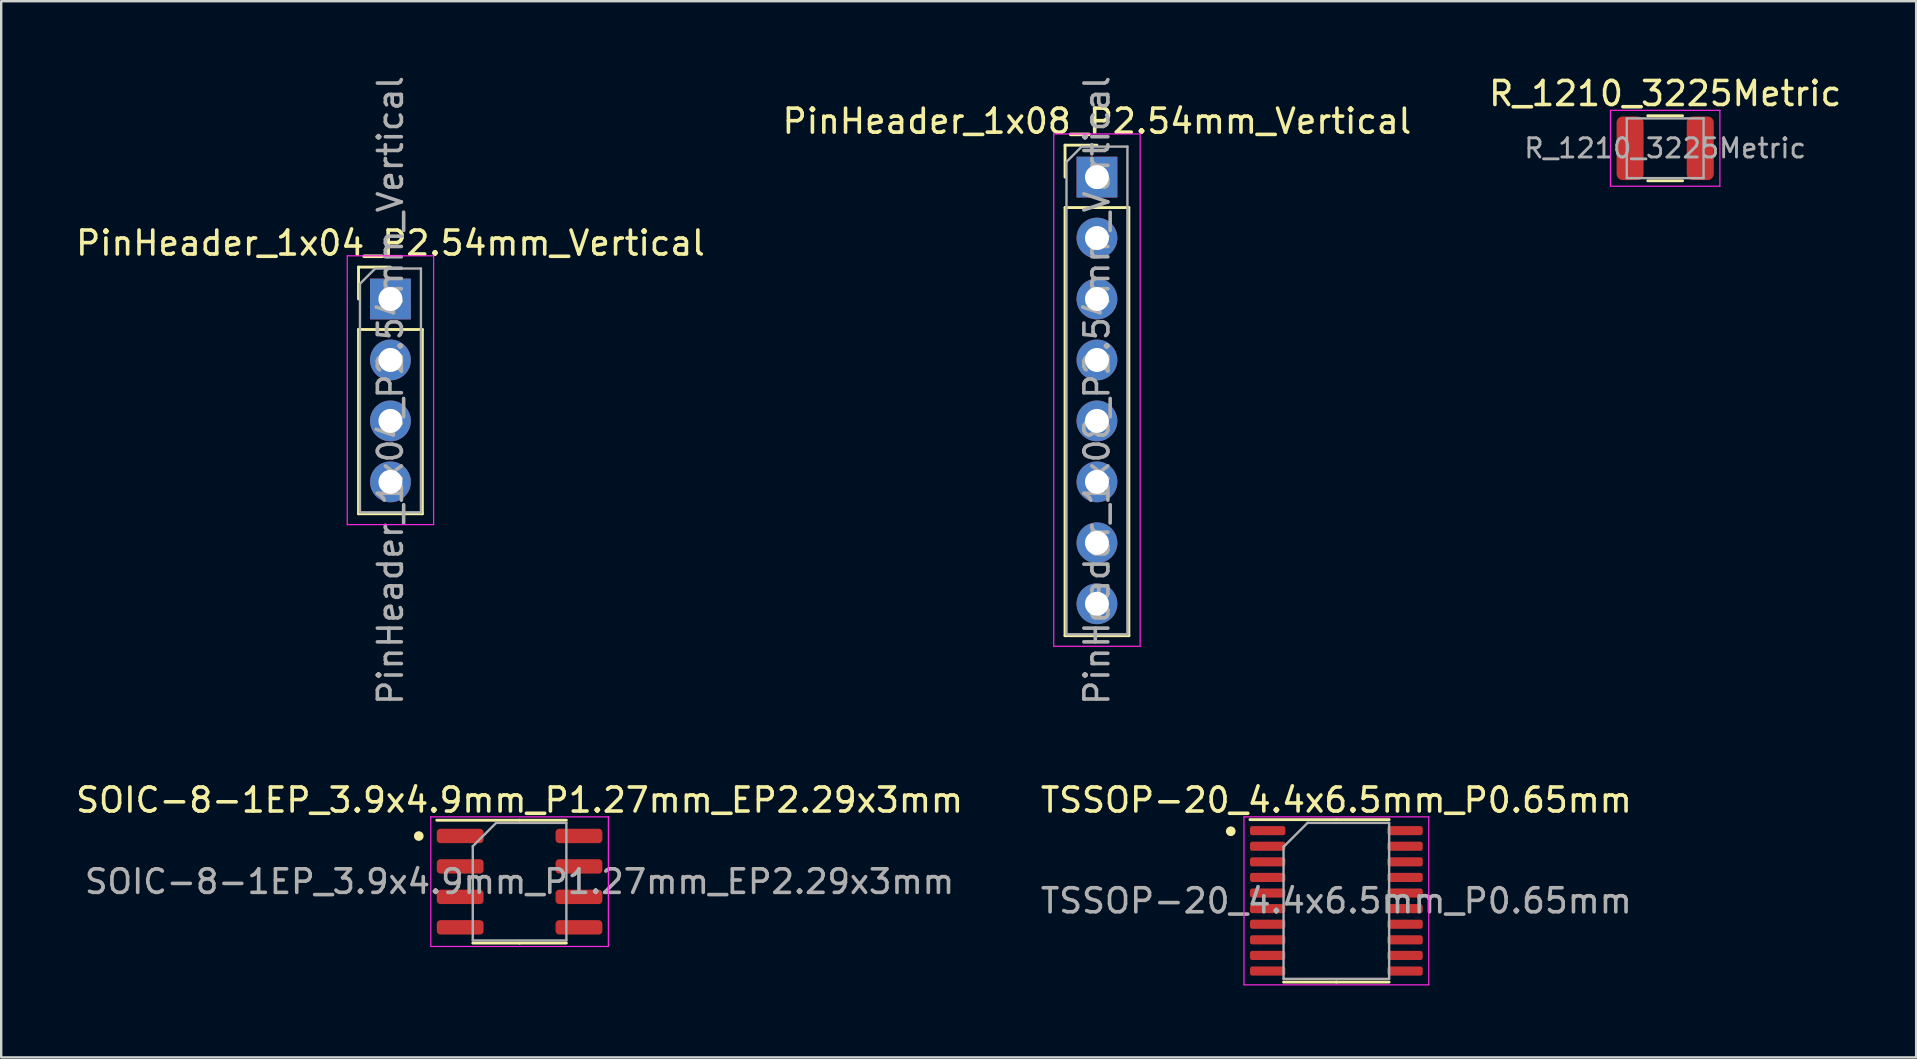
<source format=kicad_pcb>
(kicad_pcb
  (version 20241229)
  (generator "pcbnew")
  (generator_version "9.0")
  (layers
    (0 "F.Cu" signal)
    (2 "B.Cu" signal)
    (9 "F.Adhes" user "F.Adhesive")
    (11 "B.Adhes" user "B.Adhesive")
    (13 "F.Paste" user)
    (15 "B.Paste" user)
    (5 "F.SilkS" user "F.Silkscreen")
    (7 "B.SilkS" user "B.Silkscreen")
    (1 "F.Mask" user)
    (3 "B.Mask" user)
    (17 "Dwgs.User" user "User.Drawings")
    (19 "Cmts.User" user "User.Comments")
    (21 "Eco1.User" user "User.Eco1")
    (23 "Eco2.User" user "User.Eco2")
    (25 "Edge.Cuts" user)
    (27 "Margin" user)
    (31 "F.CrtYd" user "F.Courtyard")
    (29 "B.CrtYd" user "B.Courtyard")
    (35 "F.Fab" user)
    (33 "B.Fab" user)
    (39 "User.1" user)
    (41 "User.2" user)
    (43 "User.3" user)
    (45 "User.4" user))
  (footprint "R_1210_3225Metric"
    (layer "F.Cu")
    (at 66.339 3.128)
    (property "Reference" "R_1210_3225Metric" (at 0 -2.28 0) (layer "F.SilkS") (effects (font (size 1 1) (thickness 0.15))))
    (attr smd)
    (fp_line (start -0.724 -1.355) (end 0.724 -1.355) (stroke (width 0.12) (type solid)) (layer "F.SilkS"))
    (fp_line (start -0.724 1.355) (end 0.724 1.355) (stroke (width 0.12) (type solid)) (layer "F.SilkS"))
    (fp_line (start -2.28 -1.58) (end 2.28 -1.58) (stroke (width 0.05) (type solid)) (layer "F.CrtYd"))
    (fp_line (start -2.28 1.58) (end -2.28 -1.58) (stroke (width 0.05) (type solid)) (layer "F.CrtYd"))
    (fp_line (start 2.28 -1.58) (end 2.28 1.58) (stroke (width 0.05) (type solid)) (layer "F.CrtYd"))
    (fp_line (start 2.28 1.58) (end -2.28 1.58) (stroke (width 0.05) (type solid)) (layer "F.CrtYd"))
    (fp_line (start -1.6 -1.245) (end 1.6 -1.245) (stroke (width 0.1) (type solid)) (layer "F.Fab"))
    (fp_line (start -1.6 1.245) (end -1.6 -1.245) (stroke (width 0.1) (type solid)) (layer "F.Fab"))
    (fp_line (start 1.6 -1.245) (end 1.6 1.245) (stroke (width 0.1) (type solid)) (layer "F.Fab"))
    (fp_line (start 1.6 1.245) (end -1.6 1.245) (stroke (width 0.1) (type solid)) (layer "F.Fab"))
    (fp_text user "${REFERENCE}" (at 0 0 0) (layer "F.Fab") (effects (font (size 0.8 0.8) (thickness 0.12))))
    (pad "1" smd roundrect (at -1.462 0) (size 1.125 2.65) (layers "F.Cu" "F.Mask" "F.Paste") (roundrect_rratio 0.222))
    (pad "2" smd roundrect (at 1.462 0) (size 1.125 2.65) (layers "F.Cu" "F.Mask" "F.Paste") (roundrect_rratio 0.222)))
  (footprint "PinHeader_1x08_P2.54mm_Vertical"
    (layer "F.Cu")
    (at 42.661 4.33)
    (property "Reference" "PinHeader_1x08_P2.54mm_Vertical" (at 0 -2.33 0) (layer "F.SilkS") (effects (font (size 1 1) (thickness 0.15))))
    (attr through_hole)
    (fp_line (start -1.33 -1.33) (end 0 -1.33) (stroke (width 0.12) (type solid)) (layer "F.SilkS"))
    (fp_line (start -1.33 0) (end -1.33 -1.33) (stroke (width 0.12) (type solid)) (layer "F.SilkS"))
    (fp_line (start -1.33 1.27) (end -1.33 19.11) (stroke (width 0.12) (type solid)) (layer "F.SilkS"))
    (fp_line (start -1.33 1.27) (end 1.33 1.27) (stroke (width 0.12) (type solid)) (layer "F.SilkS"))
    (fp_line (start -1.33 19.11) (end 1.33 19.11) (stroke (width 0.12) (type solid)) (layer "F.SilkS"))
    (fp_line (start 1.33 1.27) (end 1.33 19.11) (stroke (width 0.12) (type solid)) (layer "F.SilkS"))
    (fp_line (start -1.8 -1.8) (end -1.8 19.55) (stroke (width 0.05) (type solid)) (layer "F.CrtYd"))
    (fp_line (start -1.8 19.55) (end 1.8 19.55) (stroke (width 0.05) (type solid)) (layer "F.CrtYd"))
    (fp_line (start 1.8 -1.8) (end -1.8 -1.8) (stroke (width 0.05) (type solid)) (layer "F.CrtYd"))
    (fp_line (start 1.8 19.55) (end 1.8 -1.8) (stroke (width 0.05) (type solid)) (layer "F.CrtYd"))
    (fp_line (start -1.27 -0.635) (end -0.635 -1.27) (stroke (width 0.1) (type solid)) (layer "F.Fab"))
    (fp_line (start -1.27 19.05) (end -1.27 -0.635) (stroke (width 0.1) (type solid)) (layer "F.Fab"))
    (fp_line (start -0.635 -1.27) (end 1.27 -1.27) (stroke (width 0.1) (type solid)) (layer "F.Fab"))
    (fp_line (start 1.27 -1.27) (end 1.27 19.05) (stroke (width 0.1) (type solid)) (layer "F.Fab"))
    (fp_line (start 1.27 19.05) (end -1.27 19.05) (stroke (width 0.1) (type solid)) (layer "F.Fab"))
    (fp_text user "${REFERENCE}" (at 0 8.89 90) (layer "F.Fab") (effects (font (size 1 1) (thickness 0.15))))
    (pad "1" thru_hole rect (at 0 0) (size 1.7 1.7) (drill 1) (layers "*.Cu" "*.Mask"))
    (pad "2" thru_hole oval (at 0 2.54) (size 1.7 1.7) (drill 1) (layers "*.Cu" "*.Mask"))
    (pad "3" thru_hole oval (at 0 5.08) (size 1.7 1.7) (drill 1) (layers "*.Cu" "*.Mask"))
    (pad "4" thru_hole oval (at 0 7.62) (size 1.7 1.7) (drill 1) (layers "*.Cu" "*.Mask"))
    (pad "5" thru_hole oval (at 0 10.16) (size 1.7 1.7) (drill 1) (layers "*.Cu" "*.Mask"))
    (pad "6" thru_hole oval (at 0 12.7) (size 1.7 1.7) (drill 1) (layers "*.Cu" "*.Mask"))
    (pad "7" thru_hole oval (at 0 15.24) (size 1.7 1.7) (drill 1) (layers "*.Cu" "*.Mask"))
    (pad "8" thru_hole oval (at 0 17.78) (size 1.7 1.7) (drill 1) (layers "*.Cu" "*.Mask")))
  (footprint "PinHeader_1x04_P2.54mm_Vertical"
    (layer "F.Cu")
    (at 13.22 9.41)
    (property "Reference" "PinHeader_1x04_P2.54mm_Vertical" (at 0 -2.33 0) (layer "F.SilkS") (effects (font (size 1 1) (thickness 0.15))))
    (attr through_hole)
    (fp_line (start -1.33 -1.33) (end 0 -1.33) (stroke (width 0.12) (type solid)) (layer "F.SilkS"))
    (fp_line (start -1.33 0) (end -1.33 -1.33) (stroke (width 0.12) (type solid)) (layer "F.SilkS"))
    (fp_line (start -1.33 1.27) (end -1.33 8.95) (stroke (width 0.12) (type solid)) (layer "F.SilkS"))
    (fp_line (start -1.33 1.27) (end 1.33 1.27) (stroke (width 0.12) (type solid)) (layer "F.SilkS"))
    (fp_line (start -1.33 8.95) (end 1.33 8.95) (stroke (width 0.12) (type solid)) (layer "F.SilkS"))
    (fp_line (start 1.33 1.27) (end 1.33 8.95) (stroke (width 0.12) (type solid)) (layer "F.SilkS"))
    (fp_line (start -1.8 -1.8) (end -1.8 9.4) (stroke (width 0.05) (type solid)) (layer "F.CrtYd"))
    (fp_line (start -1.8 9.4) (end 1.8 9.4) (stroke (width 0.05) (type solid)) (layer "F.CrtYd"))
    (fp_line (start 1.8 -1.8) (end -1.8 -1.8) (stroke (width 0.05) (type solid)) (layer "F.CrtYd"))
    (fp_line (start 1.8 9.4) (end 1.8 -1.8) (stroke (width 0.05) (type solid)) (layer "F.CrtYd"))
    (fp_line (start -1.27 -0.635) (end -0.635 -1.27) (stroke (width 0.1) (type solid)) (layer "F.Fab"))
    (fp_line (start -1.27 8.89) (end -1.27 -0.635) (stroke (width 0.1) (type solid)) (layer "F.Fab"))
    (fp_line (start -0.635 -1.27) (end 1.27 -1.27) (stroke (width 0.1) (type solid)) (layer "F.Fab"))
    (fp_line (start 1.27 -1.27) (end 1.27 8.89) (stroke (width 0.1) (type solid)) (layer "F.Fab"))
    (fp_line (start 1.27 8.89) (end -1.27 8.89) (stroke (width 0.1) (type solid)) (layer "F.Fab"))
    (fp_text user "${REFERENCE}" (at 0 3.81 90) (layer "F.Fab") (effects (font (size 1 1) (thickness 0.15))))
    (pad "1" thru_hole rect (at 0 0) (size 1.7 1.7) (drill 1) (layers "*.Cu" "*.Mask"))
    (pad "2" thru_hole oval (at 0 2.54) (size 1.7 1.7) (drill 1) (layers "*.Cu" "*.Mask"))
    (pad "3" thru_hole oval (at 0 5.08) (size 1.7 1.7) (drill 1) (layers "*.Cu" "*.Mask"))
    (pad "4" thru_hole oval (at 0 7.62) (size 1.7 1.7) (drill 1) (layers "*.Cu" "*.Mask")))
  (footprint "TSSOP-20_4.4x6.5mm_P0.65mm"
    (layer "F.Cu")
    (at 52.637 34.489)
    (property "Reference" "TSSOP-20_4.4x6.5mm_P0.65mm" (at 0 -4.2 0) (layer "F.SilkS") (effects (font (size 1 1) (thickness 0.15))))
    (attr smd)
    (fp_line (start 0 -3.385) (end -3.6 -3.385) (stroke (width 0.12) (type solid)) (layer "F.SilkS"))
    (fp_line (start 0 -3.385) (end 2.2 -3.385) (stroke (width 0.12) (type solid)) (layer "F.SilkS"))
    (fp_line (start 0 3.385) (end -2.2 3.385) (stroke (width 0.12) (type solid)) (layer "F.SilkS"))
    (fp_line (start 0 3.385) (end 2.2 3.385) (stroke (width 0.12) (type solid)) (layer "F.SilkS"))
    (fp_circle (center -4.4 -2.9) (end -4.259 -2.9) (stroke (width 0.12) (type solid)) (fill yes) (layer "F.SilkS"))
    (fp_line (start -3.85 -3.5) (end -3.85 3.5) (stroke (width 0.05) (type solid)) (layer "F.CrtYd"))
    (fp_line (start -3.85 3.5) (end 3.85 3.5) (stroke (width 0.05) (type solid)) (layer "F.CrtYd"))
    (fp_line (start 3.85 -3.5) (end -3.85 -3.5) (stroke (width 0.05) (type solid)) (layer "F.CrtYd"))
    (fp_line (start 3.85 3.5) (end 3.85 -3.5) (stroke (width 0.05) (type solid)) (layer "F.CrtYd"))
    (fp_line (start -2.2 -2.25) (end -1.2 -3.25) (stroke (width 0.1) (type solid)) (layer "F.Fab"))
    (fp_line (start -2.2 3.25) (end -2.2 -2.25) (stroke (width 0.1) (type solid)) (layer "F.Fab"))
    (fp_line (start -1.2 -3.25) (end 2.2 -3.25) (stroke (width 0.1) (type solid)) (layer "F.Fab"))
    (fp_line (start 2.2 -3.25) (end 2.2 3.25) (stroke (width 0.1) (type solid)) (layer "F.Fab"))
    (fp_line (start 2.2 3.25) (end -2.2 3.25) (stroke (width 0.1) (type solid)) (layer "F.Fab"))
    (fp_text user "${REFERENCE}" (at 0 0 0) (layer "F.Fab") (effects (font (size 1 1) (thickness 0.15))))
    (pad "1" smd roundrect (at -2.862 -2.925) (size 1.475 0.38) (layers "F.Cu" "F.Mask" "F.Paste") (roundrect_rratio 0.25))
    (pad "2" smd roundrect (at -2.862 -2.275) (size 1.475 0.38) (layers "F.Cu" "F.Mask" "F.Paste") (roundrect_rratio 0.25))
    (pad "3" smd roundrect (at -2.862 -1.625) (size 1.475 0.38) (layers "F.Cu" "F.Mask" "F.Paste") (roundrect_rratio 0.25))
    (pad "4" smd roundrect (at -2.862 -0.975) (size 1.475 0.38) (layers "F.Cu" "F.Mask" "F.Paste") (roundrect_rratio 0.25))
    (pad "5" smd roundrect (at -2.862 -0.325) (size 1.475 0.38) (layers "F.Cu" "F.Mask" "F.Paste") (roundrect_rratio 0.25))
    (pad "6" smd roundrect (at -2.862 0.325) (size 1.475 0.38) (layers "F.Cu" "F.Mask" "F.Paste") (roundrect_rratio 0.25))
    (pad "7" smd roundrect (at -2.862 0.975) (size 1.475 0.38) (layers "F.Cu" "F.Mask" "F.Paste") (roundrect_rratio 0.25))
    (pad "8" smd roundrect (at -2.862 1.625) (size 1.475 0.38) (layers "F.Cu" "F.Mask" "F.Paste") (roundrect_rratio 0.25))
    (pad "9" smd roundrect (at -2.862 2.275) (size 1.475 0.38) (layers "F.Cu" "F.Mask" "F.Paste") (roundrect_rratio 0.25))
    (pad "10" smd roundrect (at -2.862 2.925) (size 1.475 0.38) (layers "F.Cu" "F.Mask" "F.Paste") (roundrect_rratio 0.25))
    (pad "11" smd roundrect (at 2.862 2.925) (size 1.475 0.38) (layers "F.Cu" "F.Mask" "F.Paste") (roundrect_rratio 0.25))
    (pad "12" smd roundrect (at 2.862 2.275) (size 1.475 0.38) (layers "F.Cu" "F.Mask" "F.Paste") (roundrect_rratio 0.25))
    (pad "13" smd roundrect (at 2.862 1.625) (size 1.475 0.38) (layers "F.Cu" "F.Mask" "F.Paste") (roundrect_rratio 0.25))
    (pad "14" smd roundrect (at 2.862 0.975) (size 1.475 0.38) (layers "F.Cu" "F.Mask" "F.Paste") (roundrect_rratio 0.25))
    (pad "15" smd roundrect (at 2.862 0.325) (size 1.475 0.38) (layers "F.Cu" "F.Mask" "F.Paste") (roundrect_rratio 0.25))
    (pad "16" smd roundrect (at 2.862 -0.325) (size 1.475 0.38) (layers "F.Cu" "F.Mask" "F.Paste") (roundrect_rratio 0.25))
    (pad "17" smd roundrect (at 2.862 -0.975) (size 1.475 0.38) (layers "F.Cu" "F.Mask" "F.Paste") (roundrect_rratio 0.25))
    (pad "18" smd roundrect (at 2.862 -1.625) (size 1.475 0.38) (layers "F.Cu" "F.Mask" "F.Paste") (roundrect_rratio 0.25))
    (pad "19" smd roundrect (at 2.862 -2.275) (size 1.475 0.38) (layers "F.Cu" "F.Mask" "F.Paste") (roundrect_rratio 0.25))
    (pad "20" smd roundrect (at 2.862 -2.925) (size 1.475 0.38) (layers "F.Cu" "F.Mask" "F.Paste") (roundrect_rratio 0.25)))
  (footprint "SOIC-8-1EP_3.9x4.9mm_P1.27mm_EP2.29x3mm"
    (layer "F.Cu")
    (at 18.601 33.689)
    (property "Reference" "SOIC-8-1EP_3.9x4.9mm_P1.27mm_EP2.29x3mm" (at 0 -3.4 0) (layer "F.SilkS") (effects (font (size 1 1) (thickness 0.15))))
    (attr smd)
    (fp_line (start 0 -2.56) (end -3.45 -2.56) (stroke (width 0.12) (type solid)) (layer "F.SilkS"))
    (fp_line (start 0 -2.56) (end 1.95 -2.56) (stroke (width 0.12) (type solid)) (layer "F.SilkS"))
    (fp_line (start 0 2.56) (end -1.95 2.56) (stroke (width 0.12) (type solid)) (layer "F.SilkS"))
    (fp_line (start 0 2.56) (end 1.95 2.56) (stroke (width 0.12) (type solid)) (layer "F.SilkS"))
    (fp_circle (center -4.2 -1.9) (end -4.059 -1.9) (stroke (width 0.12) (type solid)) (fill yes) (layer "F.SilkS"))
    (fp_line (start -3.7 -2.7) (end -3.7 2.7) (stroke (width 0.05) (type solid)) (layer "F.CrtYd"))
    (fp_line (start -3.7 2.7) (end 3.7 2.7) (stroke (width 0.05) (type solid)) (layer "F.CrtYd"))
    (fp_line (start 3.7 -2.7) (end -3.7 -2.7) (stroke (width 0.05) (type solid)) (layer "F.CrtYd"))
    (fp_line (start 3.7 2.7) (end 3.7 -2.7) (stroke (width 0.05) (type solid)) (layer "F.CrtYd"))
    (fp_line (start -1.95 -1.475) (end -0.975 -2.45) (stroke (width 0.1) (type solid)) (layer "F.Fab"))
    (fp_line (start -1.95 2.45) (end -1.95 -1.475) (stroke (width 0.1) (type solid)) (layer "F.Fab"))
    (fp_line (start -0.975 -2.45) (end 1.95 -2.45) (stroke (width 0.1) (type solid)) (layer "F.Fab"))
    (fp_line (start 1.95 -2.45) (end 1.95 2.45) (stroke (width 0.1) (type solid)) (layer "F.Fab"))
    (fp_line (start 1.95 2.45) (end -1.95 2.45) (stroke (width 0.1) (type solid)) (layer "F.Fab"))
    (fp_text user "${REFERENCE}" (at 0 0 0) (layer "F.Fab") (effects (font (size 0.98 0.98) (thickness 0.15))))
    (pad "1" smd roundrect (at -2.475 -1.905) (size 1.95 0.6) (layers "F.Cu" "F.Mask" "F.Paste") (roundrect_rratio 0.25))
    (pad "2" smd roundrect (at -2.475 -0.635) (size 1.95 0.6) (layers "F.Cu" "F.Mask" "F.Paste") (roundrect_rratio 0.25))
    (pad "3" smd roundrect (at -2.475 0.635) (size 1.95 0.6) (layers "F.Cu" "F.Mask" "F.Paste") (roundrect_rratio 0.25))
    (pad "4" smd roundrect (at -2.475 1.905) (size 1.95 0.6) (layers "F.Cu" "F.Mask" "F.Paste") (roundrect_rratio 0.25))
    (pad "5" smd roundrect (at 2.475 1.905) (size 1.95 0.6) (layers "F.Cu" "F.Mask" "F.Paste") (roundrect_rratio 0.25))
    (pad "6" smd roundrect (at 2.475 0.635) (size 1.95 0.6) (layers "F.Cu" "F.Mask" "F.Paste") (roundrect_rratio 0.25))
    (pad "7" smd roundrect (at 2.475 -0.635) (size 1.95 0.6) (layers "F.Cu" "F.Mask" "F.Paste") (roundrect_rratio 0.25))
    (pad "8" smd roundrect (at 2.475 -1.905) (size 1.95 0.6) (layers "F.Cu" "F.Mask" "F.Paste") (roundrect_rratio 0.25)))
  (gr_rect
    (start -3 -3)
    (end 76.798 41.014)
    (stroke (width 0.1) (type default))
    (fill no)
    (layer "Edge.Cuts")))
</source>
